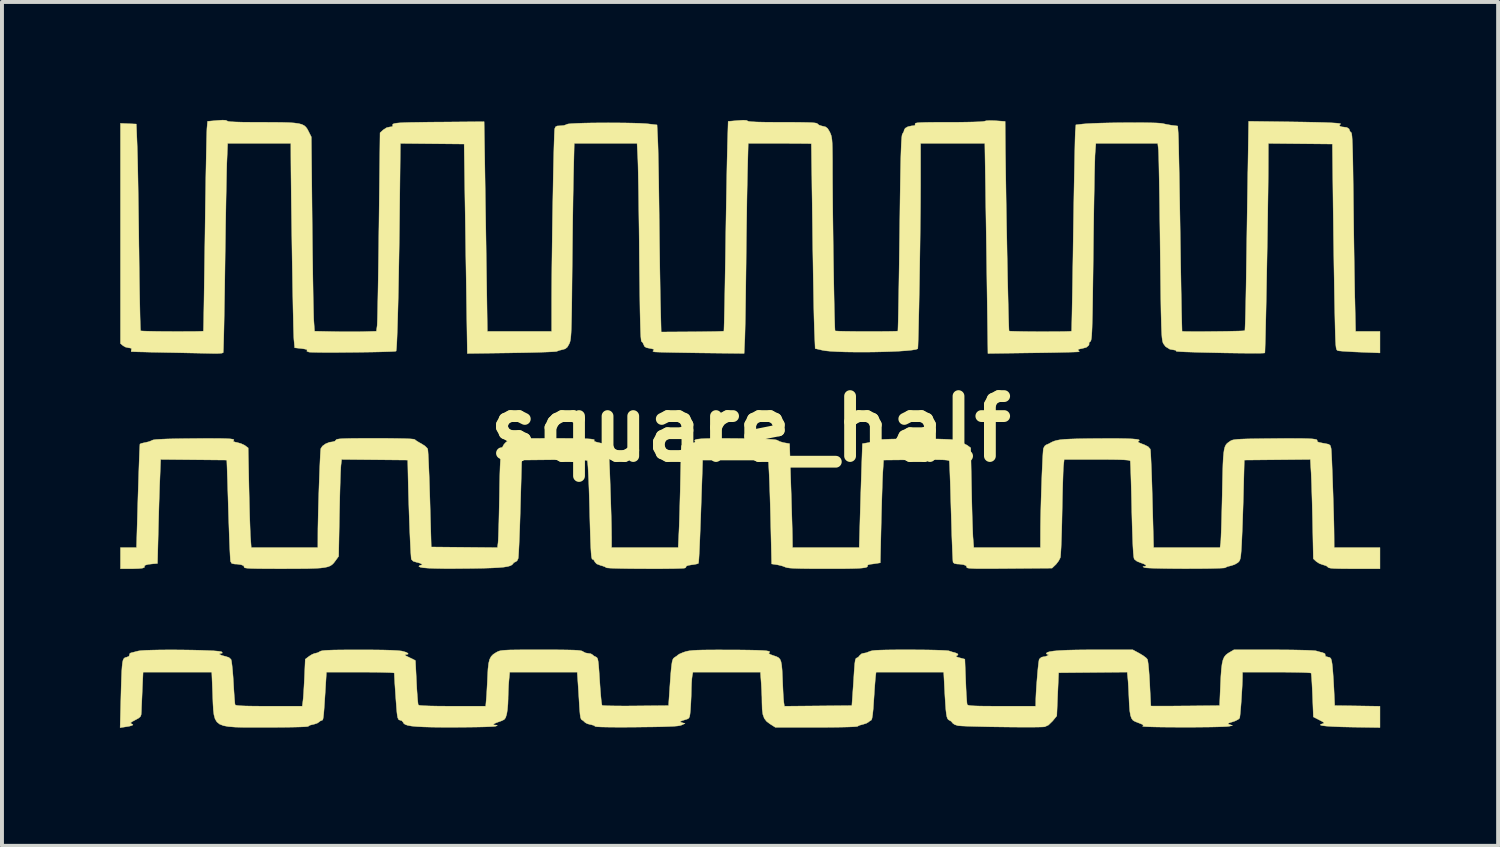
<source format=kicad_pcb>
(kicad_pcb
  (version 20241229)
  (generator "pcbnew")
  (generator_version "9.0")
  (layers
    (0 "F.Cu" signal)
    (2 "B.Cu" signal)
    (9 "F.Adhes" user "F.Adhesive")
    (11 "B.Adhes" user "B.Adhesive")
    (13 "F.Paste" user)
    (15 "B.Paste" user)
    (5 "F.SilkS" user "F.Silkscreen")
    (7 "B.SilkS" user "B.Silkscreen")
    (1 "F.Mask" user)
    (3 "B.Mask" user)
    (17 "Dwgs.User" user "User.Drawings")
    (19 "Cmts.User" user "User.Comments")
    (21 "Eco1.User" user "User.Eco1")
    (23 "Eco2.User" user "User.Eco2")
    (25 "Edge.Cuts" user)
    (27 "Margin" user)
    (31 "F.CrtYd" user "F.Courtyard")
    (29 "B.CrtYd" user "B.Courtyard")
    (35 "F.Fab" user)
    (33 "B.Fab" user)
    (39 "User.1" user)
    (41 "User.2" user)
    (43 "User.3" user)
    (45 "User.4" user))
  (footprint "square_half"
    (layer "F.Cu")
    (at 16.031 7.859)
    (property "Reference" "square_half" (at 0 0 0) (layer "F.SilkS") (effects (font (size 1.524 1.524) (thickness 0.3))))
    (attr through_hole)
    (fp_poly (pts (xy 9.901 5.71) (xy 9.995 5.767) (xy 10.069 5.823) (xy 10.102 5.86) (xy 10.113 5.908) (xy 10.126 6.004) (xy 10.139 6.14) (xy 10.151 6.303) (xy 10.161 6.478) (xy 10.169 6.654) (xy 10.177 6.808) (xy 10.183 6.931) (xy 10.187 7.013) (xy 10.189 7.046) (xy 10.189 7.046) (xy 10.218 7.048) (xy 10.299 7.049) (xy 10.425 7.049) (xy 10.589 7.049) (xy 10.783 7.048) (xy 10.999 7.046) (xy 11.064 7.046) (xy 11.938 7.037) (xy 11.96 6.514) (xy 11.971 6.285) (xy 11.984 6.108) (xy 12.001 5.974) (xy 12.024 5.875) (xy 12.055 5.803) (xy 12.097 5.75) (xy 12.151 5.707) (xy 12.178 5.691) (xy 12.302 5.618) (xy 13.303 5.618) (xy 13.546 5.619) (xy 13.773 5.621) (xy 13.975 5.625) (xy 14.147 5.629) (xy 14.279 5.635) (xy 14.364 5.641) (xy 14.391 5.645) (xy 14.486 5.672) (xy 14.559 5.69) (xy 14.619 5.717) (xy 14.624 5.75) (xy 14.633 5.785) (xy 14.692 5.802) (xy 14.741 5.813) (xy 14.77 5.842) (xy 14.788 5.903) (xy 14.8 5.976) (xy 14.81 6.067) (xy 14.821 6.2) (xy 14.832 6.362) (xy 14.842 6.535) (xy 14.845 6.589) (xy 14.866 7.037) (xy 15.442 7.045) (xy 16.017 7.054) (xy 16.017 7.595) (xy 15.307 7.584) (xy 15.029 7.578) (xy 14.809 7.569) (xy 14.647 7.558) (xy 14.543 7.545) (xy 14.499 7.53) (xy 14.513 7.512) (xy 14.553 7.5) (xy 14.59 7.487) (xy 14.592 7.471) (xy 14.553 7.444) (xy 14.475 7.403) (xy 14.323 7.325) (xy 14.302 6.78) (xy 14.294 6.605) (xy 14.286 6.45) (xy 14.278 6.326) (xy 14.271 6.243) (xy 14.266 6.21) (xy 14.233 6.204) (xy 14.148 6.198) (xy 14.019 6.193) (xy 13.853 6.19) (xy 13.657 6.187) (xy 13.44 6.186) (xy 13.386 6.186) (xy 12.521 6.186) (xy 12.52 6.313) (xy 12.517 6.418) (xy 12.511 6.555) (xy 12.502 6.711) (xy 12.492 6.873) (xy 12.481 7.029) (xy 12.469 7.168) (xy 12.459 7.276) (xy 12.45 7.343) (xy 12.447 7.355) (xy 12.409 7.39) (xy 12.333 7.428) (xy 12.272 7.449) (xy 12.186 7.475) (xy 12.151 7.493) (xy 12.16 7.507) (xy 12.192 7.519) (xy 12.267 7.543) (xy 12.177 7.563) (xy 12.122 7.569) (xy 12.02 7.574) (xy 11.88 7.578) (xy 11.708 7.582) (xy 11.513 7.584) (xy 11.303 7.586) (xy 11.084 7.586) (xy 10.866 7.586) (xy 10.655 7.585) (xy 10.459 7.583) (xy 10.287 7.58) (xy 10.146 7.576) (xy 10.043 7.571) (xy 9.987 7.566) (xy 9.98 7.561) (xy 10 7.538) (xy 9.972 7.515) (xy 9.942 7.502) (xy 9.852 7.467) (xy 9.786 7.441) (xy 9.735 7.411) (xy 9.698 7.361) (xy 9.671 7.282) (xy 9.652 7.165) (xy 9.64 7.003) (xy 9.634 6.873) (xy 9.627 6.712) (xy 9.619 6.556) (xy 9.611 6.425) (xy 9.604 6.342) (xy 9.588 6.185) (xy 8.716 6.193) (xy 7.844 6.201) (xy 7.82 6.75) (xy 7.797 7.299) (xy 7.691 7.429) (xy 7.585 7.532) (xy 7.49 7.576) (xy 7.432 7.58) (xy 7.324 7.583) (xy 7.173 7.585) (xy 6.989 7.585) (xy 6.781 7.584) (xy 6.557 7.582) (xy 6.327 7.579) (xy 6.099 7.576) (xy 5.881 7.571) (xy 5.684 7.566) (xy 5.516 7.561) (xy 5.385 7.555) (xy 5.301 7.549) (xy 5.279 7.546) (xy 5.202 7.521) (xy 5.153 7.488) (xy 5.148 7.48) (xy 5.109 7.435) (xy 5.066 7.411) (xy 5.04 7.396) (xy 5.019 7.369) (xy 5.002 7.322) (xy 4.988 7.249) (xy 4.976 7.144) (xy 4.965 6.998) (xy 4.953 6.806) (xy 4.941 6.582) (xy 4.921 6.186) (xy 3.201 6.186) (xy 3.186 6.313) (xy 3.179 6.387) (xy 3.17 6.506) (xy 3.159 6.658) (xy 3.148 6.828) (xy 3.142 6.917) (xy 3.129 7.111) (xy 3.114 7.26) (xy 3.098 7.359) (xy 3.083 7.403) (xy 3.08 7.405) (xy 3.032 7.435) (xy 3.007 7.456) (xy 2.952 7.488) (xy 2.869 7.514) (xy 2.858 7.517) (xy 2.782 7.537) (xy 2.736 7.56) (xy 2.732 7.564) (xy 2.699 7.57) (xy 2.614 7.576) (xy 2.482 7.581) (xy 2.312 7.585) (xy 2.109 7.588) (xy 1.882 7.59) (xy 1.677 7.59) (xy 0.639 7.59) (xy 0.501 7.502) (xy 0.416 7.438) (xy 0.358 7.362) (xy 0.322 7.263) (xy 0.304 7.13) (xy 0.299 6.96) (xy 0.297 6.818) (xy 0.29 6.649) (xy 0.281 6.486) (xy 0.279 6.459) (xy 0.26 6.186) (xy -1.457 6.186) (xy -1.475 6.279) (xy -1.484 6.351) (xy -1.492 6.463) (xy -1.497 6.595) (xy -1.498 6.645) (xy -1.502 6.803) (xy -1.51 6.971) (xy -1.519 7.118) (xy -1.52 7.14) (xy -1.531 7.253) (xy -1.544 7.322) (xy -1.565 7.359) (xy -1.601 7.379) (xy -1.629 7.388) (xy -1.727 7.419) (xy -1.774 7.439) (xy -1.778 7.454) (xy -1.743 7.467) (xy -1.733 7.471) (xy -1.658 7.492) (xy -1.748 7.533) (xy -1.787 7.545) (xy -1.852 7.555) (xy -1.948 7.563) (xy -2.081 7.569) (xy -2.255 7.575) (xy -2.476 7.579) (xy -2.749 7.582) (xy -2.891 7.584) (xy -3.17 7.586) (xy -3.413 7.586) (xy -3.616 7.584) (xy -3.774 7.581) (xy -3.882 7.576) (xy -3.938 7.569) (xy -3.944 7.566) (xy -3.971 7.544) (xy -4.037 7.524) (xy -4.063 7.519) (xy -4.144 7.498) (xy -4.198 7.468) (xy -4.205 7.461) (xy -4.253 7.416) (xy -4.277 7.404) (xy -4.299 7.384) (xy -4.316 7.339) (xy -4.328 7.259) (xy -4.339 7.133) (xy -4.345 7.047) (xy -4.355 6.875) (xy -4.366 6.692) (xy -4.377 6.524) (xy -4.382 6.447) (xy -4.4 6.186) (xy -6.117 6.186) (xy -6.136 6.387) (xy -6.146 6.517) (xy -6.153 6.675) (xy -6.158 6.832) (xy -6.158 6.858) (xy -6.163 6.998) (xy -6.175 7.134) (xy -6.191 7.24) (xy -6.196 7.261) (xy -6.222 7.345) (xy -6.259 7.393) (xy -6.325 7.425) (xy -6.37 7.441) (xy -6.476 7.479) (xy -6.528 7.508) (xy -6.526 7.526) (xy -6.482 7.532) (xy -6.433 7.536) (xy -6.441 7.547) (xy -6.47 7.56) (xy -6.513 7.567) (xy -6.609 7.572) (xy -6.749 7.578) (xy -6.926 7.582) (xy -7.133 7.585) (xy -7.361 7.587) (xy -7.499 7.588) (xy -7.823 7.588) (xy -8.091 7.585) (xy -8.31 7.579) (xy -8.483 7.57) (xy -8.615 7.557) (xy -8.71 7.54) (xy -8.774 7.518) (xy -8.812 7.491) (xy -8.825 7.465) (xy -8.863 7.42) (xy -8.898 7.411) (xy -8.939 7.397) (xy -8.965 7.347) (xy -8.977 7.284) (xy -8.985 7.219) (xy -8.995 7.108) (xy -9.006 6.962) (xy -9.018 6.796) (xy -9.03 6.621) (xy -9.041 6.451) (xy -9.049 6.298) (xy -9.053 6.208) (xy -9.082 6.202) (xy -9.163 6.197) (xy -9.29 6.193) (xy -9.453 6.189) (xy -9.646 6.187) (xy -9.862 6.186) (xy -9.917 6.186) (xy -10.779 6.186) (xy -10.798 6.507) (xy -10.814 6.763) (xy -10.827 6.966) (xy -10.838 7.121) (xy -10.847 7.236) (xy -10.856 7.316) (xy -10.864 7.367) (xy -10.872 7.396) (xy -10.882 7.408) (xy -10.893 7.411) (xy -10.942 7.432) (xy -10.965 7.453) (xy -11.016 7.486) (xy -11.098 7.512) (xy -11.118 7.516) (xy -11.192 7.534) (xy -11.233 7.556) (xy -11.236 7.563) (xy -11.265 7.57) (xy -11.348 7.576) (xy -11.481 7.581) (xy -11.657 7.585) (xy -11.872 7.588) (xy -12.119 7.59) (xy -12.304 7.59) (xy -12.621 7.59) (xy -12.884 7.59) (xy -13.098 7.584) (xy -13.267 7.571) (xy -13.398 7.547) (xy -13.495 7.509) (xy -13.565 7.452) (xy -13.611 7.375) (xy -13.639 7.273) (xy -13.655 7.144) (xy -13.664 6.984) (xy -13.671 6.79) (xy -13.673 6.73) (xy -13.695 6.186) (xy -15.442 6.186) (xy -15.462 6.626) (xy -15.469 6.795) (xy -15.476 6.953) (xy -15.482 7.085) (xy -15.485 7.178) (xy -15.486 7.197) (xy -15.492 7.272) (xy -15.512 7.32) (xy -15.561 7.359) (xy -15.642 7.403) (xy -15.724 7.447) (xy -15.758 7.475) (xy -15.75 7.493) (xy -15.735 7.5) (xy -15.699 7.521) (xy -15.719 7.541) (xy -15.795 7.562) (xy -15.879 7.576) (xy -16.026 7.598) (xy -16.006 6.825) (xy -15.999 6.555) (xy -15.992 6.339) (xy -15.985 6.17) (xy -15.976 6.042) (xy -15.966 5.95) (xy -15.953 5.887) (xy -15.936 5.848) (xy -15.914 5.825) (xy -15.887 5.812) (xy -15.862 5.807) (xy -15.8 5.782) (xy -15.79 5.75) (xy -15.779 5.711) (xy -15.754 5.697) (xy -15.695 5.682) (xy -15.606 5.659) (xy -15.568 5.649) (xy -15.499 5.639) (xy -15.384 5.631) (xy -15.23 5.626) (xy -15.047 5.622) (xy -14.842 5.62) (xy -14.624 5.62) (xy -14.403 5.622) (xy -14.185 5.625) (xy -13.98 5.63) (xy -13.797 5.637) (xy -13.643 5.644) (xy -13.527 5.654) (xy -13.458 5.664) (xy -13.443 5.67) (xy -13.423 5.7) (xy -13.458 5.708) (xy -13.498 5.716) (xy -13.492 5.735) (xy -13.447 5.758) (xy -13.374 5.779) (xy -13.357 5.782) (xy -13.258 5.814) (xy -13.205 5.862) (xy -13.193 5.911) (xy -13.18 6.008) (xy -13.166 6.143) (xy -13.153 6.305) (xy -13.144 6.45) (xy -13.134 6.623) (xy -13.124 6.777) (xy -13.114 6.901) (xy -13.107 6.984) (xy -13.102 7.015) (xy -13.085 7.026) (xy -13.037 7.035) (xy -12.954 7.042) (xy -12.831 7.047) (xy -12.662 7.05) (xy -12.443 7.052) (xy -12.242 7.052) (xy -11.393 7.052) (xy -11.375 6.91) (xy -11.367 6.829) (xy -11.358 6.704) (xy -11.349 6.548) (xy -11.34 6.378) (xy -11.337 6.313) (xy -11.317 5.857) (xy -11.218 5.782) (xy -11.143 5.735) (xy -11.077 5.709) (xy -11.064 5.708) (xy -10.996 5.69) (xy -10.95 5.664) (xy -10.925 5.651) (xy -10.881 5.641) (xy -10.813 5.633) (xy -10.715 5.628) (xy -10.581 5.623) (xy -10.404 5.621) (xy -10.179 5.619) (xy -9.946 5.619) (xy -9.62 5.62) (xy -9.348 5.623) (xy -9.131 5.629) (xy -8.97 5.638) (xy -8.866 5.649) (xy -8.847 5.653) (xy -8.754 5.68) (xy -8.704 5.707) (xy -8.702 5.728) (xy -8.752 5.739) (xy -8.763 5.739) (xy -8.785 5.748) (xy -8.753 5.773) (xy -8.673 5.812) (xy -8.589 5.852) (xy -8.531 5.882) (xy -8.515 5.893) (xy -8.514 5.924) (xy -8.51 6.005) (xy -8.504 6.127) (xy -8.496 6.28) (xy -8.488 6.446) (xy -8.479 6.622) (xy -8.468 6.777) (xy -8.458 6.902) (xy -8.449 6.987) (xy -8.442 7.021) (xy -8.406 7.032) (xy -8.311 7.04) (xy -8.159 7.046) (xy -7.952 7.05) (xy -7.691 7.052) (xy -7.576 7.052) (xy -6.728 7.052) (xy -6.712 6.865) (xy -6.704 6.76) (xy -6.696 6.615) (xy -6.687 6.45) (xy -6.68 6.297) (xy -6.67 6.107) (xy -6.654 5.966) (xy -6.629 5.864) (xy -6.591 5.79) (xy -6.537 5.734) (xy -6.461 5.685) (xy -6.461 5.685) (xy -6.427 5.667) (xy -6.393 5.652) (xy -6.351 5.641) (xy -6.296 5.633) (xy -6.219 5.627) (xy -6.116 5.622) (xy -5.979 5.62) (xy -5.801 5.618) (xy -5.576 5.618) (xy -5.32 5.618) (xy -5.04 5.618) (xy -4.814 5.619) (xy -4.636 5.622) (xy -4.5 5.625) (xy -4.401 5.63) (xy -4.331 5.637) (xy -4.287 5.646) (xy -4.261 5.657) (xy -4.254 5.663) (xy -4.192 5.696) (xy -4.123 5.708) (xy -4.055 5.718) (xy -4.018 5.739) (xy -3.976 5.774) (xy -3.932 5.796) (xy -3.909 5.808) (xy -3.891 5.827) (xy -3.877 5.862) (xy -3.866 5.922) (xy -3.856 6.013) (xy -3.846 6.145) (xy -3.834 6.326) (xy -3.828 6.415) (xy -3.816 6.597) (xy -3.803 6.759) (xy -3.791 6.891) (xy -3.779 6.984) (xy -3.77 7.028) (xy -3.769 7.03) (xy -3.734 7.036) (xy -3.648 7.041) (xy -3.517 7.044) (xy -3.35 7.046) (xy -3.155 7.047) (xy -2.939 7.045) (xy -2.912 7.045) (xy -2.077 7.037) (xy -2.054 6.694) (xy -2.037 6.446) (xy -2.023 6.251) (xy -2.01 6.103) (xy -1.997 5.994) (xy -1.985 5.918) (xy -1.97 5.868) (xy -1.954 5.837) (xy -1.934 5.819) (xy -1.928 5.815) (xy -1.866 5.774) (xy -1.838 5.749) (xy -1.794 5.722) (xy -1.713 5.688) (xy -1.653 5.667) (xy -1.6 5.653) (xy -1.536 5.642) (xy -1.454 5.633) (xy -1.347 5.627) (xy -1.208 5.623) (xy -1.03 5.621) (xy -0.805 5.62) (xy -0.562 5.621) (xy -0.265 5.622) (xy -0.023 5.625) (xy 0.167 5.629) (xy 0.31 5.635) (xy 0.409 5.643) (xy 0.47 5.654) (xy 0.497 5.667) (xy 0.492 5.682) (xy 0.48 5.691) (xy 0.472 5.712) (xy 0.515 5.738) (xy 0.599 5.768) (xy 0.668 5.791) (xy 0.72 5.818) (xy 0.757 5.857) (xy 0.782 5.916) (xy 0.799 6.005) (xy 0.811 6.131) (xy 0.819 6.304) (xy 0.824 6.425) (xy 0.831 6.588) (xy 0.838 6.738) (xy 0.846 6.86) (xy 0.853 6.941) (xy 0.855 6.956) (xy 0.869 7.053) (xy 1.727 7.045) (xy 2.585 7.037) (xy 2.607 6.724) (xy 2.619 6.548) (xy 2.632 6.354) (xy 2.643 6.173) (xy 2.647 6.118) (xy 2.658 5.975) (xy 2.671 5.884) (xy 2.688 5.838) (xy 2.706 5.827) (xy 2.751 5.803) (xy 2.779 5.767) (xy 2.832 5.719) (xy 2.877 5.707) (xy 2.951 5.693) (xy 3.029 5.663) (xy 3.063 5.65) (xy 3.114 5.639) (xy 3.189 5.631) (xy 3.293 5.626) (xy 3.434 5.622) (xy 3.618 5.619) (xy 3.85 5.618) (xy 4.051 5.618) (xy 4.285 5.619) (xy 4.502 5.621) (xy 4.694 5.625) (xy 4.853 5.63) (xy 4.972 5.636) (xy 5.042 5.643) (xy 5.056 5.646) (xy 5.14 5.674) (xy 5.207 5.691) (xy 5.271 5.716) (xy 5.287 5.746) (xy 5.249 5.771) (xy 5.237 5.774) (xy 5.232 5.786) (xy 5.275 5.806) (xy 5.322 5.82) (xy 5.459 5.856) (xy 5.481 6.411) (xy 5.488 6.59) (xy 5.496 6.749) (xy 5.505 6.879) (xy 5.512 6.969) (xy 5.518 7.01) (xy 5.531 7.022) (xy 5.564 7.032) (xy 5.623 7.04) (xy 5.714 7.045) (xy 5.843 7.049) (xy 6.015 7.051) (xy 6.238 7.052) (xy 6.398 7.052) (xy 7.261 7.052) (xy 7.262 6.97) (xy 7.264 6.854) (xy 7.271 6.708) (xy 7.281 6.545) (xy 7.294 6.377) (xy 7.307 6.213) (xy 7.321 6.068) (xy 7.334 5.952) (xy 7.346 5.876) (xy 7.352 5.855) (xy 7.405 5.808) (xy 7.449 5.797) (xy 7.502 5.789) (xy 7.552 5.771) (xy 7.584 5.752) (xy 7.582 5.739) (xy 7.568 5.738) (xy 7.533 5.722) (xy 7.53 5.713) (xy 7.549 5.687) (xy 7.609 5.667) (xy 7.711 5.65) (xy 7.859 5.637) (xy 8.057 5.627) (xy 8.306 5.621) (xy 8.611 5.618) (xy 8.782 5.618) (xy 9.731 5.618) (xy 9.901 5.71)) (stroke (width 0.01) (type solid)) (fill yes) (layer "F.SilkS"))
    (fp_poly (pts (xy -9.234 0.24) (xy -8.985 0.243) (xy -8.788 0.247) (xy -8.645 0.253) (xy -8.559 0.261) (xy -8.531 0.27) (xy -8.495 0.299) (xy -8.424 0.343) (xy -8.369 0.373) (xy -8.275 0.432) (xy -8.214 0.492) (xy -8.203 0.514) (xy -8.197 0.558) (xy -8.19 0.655) (xy -8.183 0.799) (xy -8.175 0.981) (xy -8.166 1.197) (xy -8.158 1.438) (xy -8.15 1.699) (xy -8.147 1.793) (xy -8.113 3.003) (xy -6.429 3.019) (xy -6.413 2.892) (xy -6.409 2.832) (xy -6.404 2.721) (xy -6.399 2.566) (xy -6.393 2.374) (xy -6.388 2.154) (xy -6.383 1.913) (xy -6.379 1.703) (xy -6.374 1.399) (xy -6.368 1.148) (xy -6.361 0.945) (xy -6.352 0.783) (xy -6.341 0.658) (xy -6.327 0.562) (xy -6.31 0.491) (xy -6.289 0.437) (xy -6.264 0.395) (xy -6.249 0.377) (xy -6.215 0.341) (xy -6.176 0.311) (xy -6.126 0.288) (xy -6.059 0.271) (xy -5.968 0.258) (xy -5.848 0.249) (xy -5.691 0.244) (xy -5.491 0.241) (xy -5.242 0.24) (xy -5.044 0.239) (xy -4.744 0.24) (xy -4.499 0.242) (xy -4.306 0.245) (xy -4.16 0.25) (xy -4.057 0.257) (xy -3.993 0.266) (xy -3.964 0.277) (xy -3.964 0.291) (xy -3.975 0.299) (xy -3.966 0.315) (xy -3.911 0.335) (xy -3.82 0.357) (xy -3.815 0.358) (xy -3.621 0.394) (xy -3.602 0.533) (xy -3.597 0.599) (xy -3.59 0.716) (xy -3.583 0.875) (xy -3.574 1.068) (xy -3.566 1.284) (xy -3.558 1.515) (xy -3.55 1.753) (xy -3.543 1.989) (xy -3.536 2.213) (xy -3.531 2.417) (xy -3.528 2.592) (xy -3.527 2.729) (xy -3.526 2.742) (xy -3.526 3.018) (xy -1.832 3.018) (xy -1.813 2.622) (xy -1.807 2.485) (xy -1.801 2.301) (xy -1.794 2.082) (xy -1.788 1.841) (xy -1.781 1.59) (xy -1.776 1.345) (xy -1.771 1.12) (xy -1.766 0.914) (xy -1.761 0.734) (xy -1.756 0.589) (xy -1.752 0.486) (xy -1.748 0.432) (xy -1.747 0.427) (xy -1.714 0.406) (xy -1.639 0.385) (xy -1.555 0.371) (xy -1.455 0.357) (xy -1.407 0.342) (xy -1.4 0.322) (xy -1.406 0.312) (xy -1.413 0.292) (xy -1.395 0.275) (xy -1.347 0.262) (xy -1.265 0.253) (xy -1.144 0.246) (xy -0.98 0.242) (xy -0.768 0.241) (xy -0.505 0.242) (xy -0.266 0.244) (xy 0.012 0.248) (xy 0.235 0.252) (xy 0.408 0.258) (xy 0.535 0.265) (xy 0.623 0.273) (xy 0.676 0.283) (xy 0.695 0.292) (xy 0.752 0.321) (xy 0.84 0.347) (xy 0.871 0.353) (xy 1.001 0.375) (xy 1.035 1.45) (xy 1.044 1.71) (xy 1.051 1.962) (xy 1.058 2.196) (xy 1.064 2.404) (xy 1.069 2.577) (xy 1.072 2.706) (xy 1.073 2.772) (xy 1.076 3.018) (xy 2.772 3.018) (xy 2.793 2.279) (xy 2.8 2.029) (xy 2.808 1.758) (xy 2.817 1.484) (xy 2.825 1.226) (xy 2.832 1.005) (xy 2.834 0.957) (xy 2.854 0.375) (xy 3.003 0.35) (xy 3.093 0.329) (xy 3.157 0.303) (xy 3.173 0.29) (xy 3.208 0.28) (xy 3.292 0.271) (xy 3.419 0.265) (xy 3.579 0.259) (xy 3.765 0.255) (xy 3.967 0.253) (xy 4.179 0.251) (xy 4.391 0.252) (xy 4.595 0.254) (xy 4.783 0.257) (xy 4.946 0.262) (xy 5.077 0.268) (xy 5.166 0.276) (xy 5.207 0.285) (xy 5.208 0.288) (xy 5.23 0.313) (xy 5.294 0.335) (xy 5.322 0.341) (xy 5.424 0.369) (xy 5.516 0.414) (xy 5.526 0.421) (xy 5.608 0.482) (xy 5.629 1.519) (xy 5.634 1.774) (xy 5.64 2.02) (xy 5.646 2.248) (xy 5.653 2.449) (xy 5.659 2.614) (xy 5.664 2.735) (xy 5.668 2.787) (xy 5.686 3.018) (xy 7.381 3.018) (xy 7.382 2.622) (xy 7.383 2.463) (xy 7.386 2.273) (xy 7.391 2.059) (xy 7.397 1.831) (xy 7.404 1.597) (xy 7.412 1.366) (xy 7.42 1.144) (xy 7.429 0.943) (xy 7.437 0.768) (xy 7.445 0.63) (xy 7.452 0.536) (xy 7.457 0.497) (xy 7.49 0.435) (xy 7.525 0.407) (xy 7.597 0.376) (xy 7.62 0.363) (xy 7.676 0.333) (xy 7.734 0.309) (xy 7.802 0.29) (xy 7.887 0.275) (xy 7.998 0.264) (xy 8.141 0.257) (xy 8.323 0.251) (xy 8.553 0.247) (xy 8.741 0.245) (xy 9.072 0.243) (xy 9.345 0.243) (xy 9.561 0.247) (xy 9.723 0.254) (xy 9.832 0.264) (xy 9.889 0.277) (xy 9.897 0.294) (xy 9.889 0.3) (xy 9.864 0.319) (xy 9.867 0.336) (xy 9.906 0.357) (xy 9.991 0.391) (xy 10.015 0.399) (xy 10.121 0.452) (xy 10.174 0.512) (xy 10.175 0.517) (xy 10.181 0.56) (xy 10.187 0.657) (xy 10.194 0.8) (xy 10.202 0.982) (xy 10.21 1.197) (xy 10.218 1.439) (xy 10.225 1.699) (xy 10.228 1.8) (xy 10.26 3.018) (xy 11.949 3.018) (xy 11.966 2.891) (xy 11.97 2.833) (xy 11.975 2.722) (xy 11.981 2.567) (xy 11.987 2.374) (xy 11.993 2.152) (xy 11.999 1.908) (xy 12.005 1.65) (xy 12.005 1.642) (xy 12.011 1.341) (xy 12.017 1.094) (xy 12.023 0.895) (xy 12.031 0.737) (xy 12.042 0.616) (xy 12.055 0.525) (xy 12.073 0.458) (xy 12.096 0.409) (xy 12.125 0.372) (xy 12.162 0.342) (xy 12.206 0.312) (xy 12.213 0.307) (xy 12.241 0.292) (xy 12.278 0.28) (xy 12.331 0.271) (xy 12.407 0.263) (xy 12.512 0.258) (xy 12.653 0.253) (xy 12.835 0.25) (xy 13.067 0.247) (xy 13.266 0.245) (xy 13.573 0.242) (xy 13.824 0.242) (xy 14.024 0.243) (xy 14.179 0.247) (xy 14.291 0.253) (xy 14.366 0.262) (xy 14.408 0.274) (xy 14.421 0.289) (xy 14.419 0.298) (xy 14.42 0.32) (xy 14.461 0.34) (xy 14.548 0.359) (xy 14.633 0.374) (xy 14.713 0.391) (xy 14.752 0.42) (xy 14.771 0.48) (xy 14.775 0.503) (xy 14.78 0.557) (xy 14.786 0.663) (xy 14.793 0.811) (xy 14.8 0.995) (xy 14.808 1.204) (xy 14.816 1.431) (xy 14.824 1.667) (xy 14.831 1.904) (xy 14.838 2.133) (xy 14.844 2.346) (xy 14.848 2.535) (xy 14.85 2.691) (xy 14.851 2.787) (xy 14.852 3.018) (xy 16.017 3.018) (xy 16.017 3.556) (xy 15.363 3.556) (xy 15.14 3.555) (xy 14.971 3.553) (xy 14.849 3.549) (xy 14.766 3.542) (xy 14.717 3.532) (xy 14.695 3.519) (xy 14.693 3.516) (xy 14.655 3.484) (xy 14.584 3.46) (xy 14.575 3.458) (xy 14.479 3.425) (xy 14.397 3.372) (xy 14.322 3.302) (xy 14.303 2.346) (xy 14.297 2.095) (xy 14.291 1.849) (xy 14.284 1.617) (xy 14.278 1.41) (xy 14.271 1.238) (xy 14.266 1.113) (xy 14.264 1.083) (xy 14.246 0.776) (xy 12.566 0.792) (xy 12.544 1.658) (xy 12.537 1.906) (xy 12.529 2.157) (xy 12.521 2.4) (xy 12.512 2.62) (xy 12.504 2.805) (xy 12.498 2.933) (xy 12.488 3.098) (xy 12.478 3.214) (xy 12.466 3.291) (xy 12.451 3.341) (xy 12.429 3.375) (xy 12.4 3.402) (xy 12.319 3.449) (xy 12.222 3.481) (xy 12.215 3.482) (xy 12.138 3.501) (xy 12.09 3.524) (xy 12.086 3.529) (xy 12.053 3.536) (xy 11.968 3.541) (xy 11.841 3.546) (xy 11.679 3.55) (xy 11.492 3.552) (xy 11.286 3.553) (xy 11.072 3.554) (xy 10.857 3.553) (xy 10.65 3.551) (xy 10.458 3.548) (xy 10.292 3.544) (xy 10.158 3.539) (xy 10.067 3.533) (xy 10.026 3.526) (xy 9.987 3.506) (xy 10.003 3.499) (xy 10.018 3.498) (xy 10.066 3.487) (xy 10.063 3.464) (xy 10.013 3.434) (xy 9.935 3.406) (xy 9.837 3.367) (xy 9.773 3.317) (xy 9.765 3.305) (xy 9.754 3.255) (xy 9.743 3.145) (xy 9.733 2.976) (xy 9.724 2.747) (xy 9.714 2.459) (xy 9.705 2.112) (xy 9.704 2.047) (xy 9.698 1.784) (xy 9.692 1.54) (xy 9.686 1.32) (xy 9.68 1.132) (xy 9.675 0.981) (xy 9.67 0.875) (xy 9.667 0.82) (xy 9.666 0.814) (xy 9.648 0.803) (xy 9.601 0.794) (xy 9.517 0.787) (xy 9.394 0.782) (xy 9.224 0.779) (xy 9.003 0.777) (xy 8.82 0.777) (xy 7.985 0.777) (xy 7.968 0.934) (xy 7.963 1.001) (xy 7.958 1.119) (xy 7.953 1.281) (xy 7.947 1.478) (xy 7.941 1.702) (xy 7.936 1.945) (xy 7.932 2.137) (xy 7.927 2.385) (xy 7.921 2.617) (xy 7.914 2.826) (xy 7.907 3.005) (xy 7.899 3.144) (xy 7.892 3.238) (xy 7.886 3.275) (xy 7.845 3.356) (xy 7.781 3.44) (xy 7.767 3.454) (xy 7.676 3.541) (xy 6.583 3.55) (xy 6.296 3.552) (xy 6.063 3.553) (xy 5.879 3.553) (xy 5.739 3.552) (xy 5.637 3.548) (xy 5.568 3.543) (xy 5.527 3.536) (xy 5.509 3.527) (xy 5.507 3.516) (xy 5.494 3.481) (xy 5.431 3.454) (xy 5.327 3.439) (xy 5.259 3.436) (xy 5.193 3.423) (xy 5.16 3.394) (xy 5.155 3.356) (xy 5.15 3.264) (xy 5.143 3.126) (xy 5.136 2.947) (xy 5.128 2.735) (xy 5.121 2.495) (xy 5.113 2.234) (xy 5.109 2.101) (xy 5.101 1.833) (xy 5.094 1.582) (xy 5.087 1.356) (xy 5.08 1.161) (xy 5.074 1.003) (xy 5.069 0.889) (xy 5.065 0.825) (xy 5.063 0.814) (xy 5.047 0.802) (xy 5.003 0.794) (xy 4.926 0.787) (xy 4.81 0.784) (xy 4.65 0.782) (xy 4.44 0.782) (xy 4.222 0.784) (xy 3.392 0.792) (xy 3.373 1.091) (xy 3.368 1.195) (xy 3.361 1.348) (xy 3.355 1.542) (xy 3.348 1.766) (xy 3.341 2.01) (xy 3.334 2.264) (xy 3.331 2.398) (xy 3.308 3.405) (xy 3.216 3.42) (xy 3.122 3.434) (xy 3.048 3.443) (xy 2.996 3.458) (xy 2.983 3.478) (xy 2.984 3.498) (xy 2.965 3.515) (xy 2.922 3.528) (xy 2.848 3.538) (xy 2.74 3.546) (xy 2.591 3.551) (xy 2.397 3.554) (xy 2.152 3.555) (xy 1.942 3.555) (xy 1.659 3.555) (xy 1.431 3.553) (xy 1.25 3.55) (xy 1.113 3.545) (xy 1.013 3.539) (xy 0.945 3.53) (xy 0.902 3.519) (xy 0.893 3.515) (xy 0.814 3.485) (xy 0.712 3.46) (xy 0.68 3.454) (xy 0.545 3.434) (xy 0.523 2.481) (xy 0.517 2.227) (xy 0.51 1.974) (xy 0.503 1.732) (xy 0.496 1.513) (xy 0.489 1.328) (xy 0.483 1.189) (xy 0.482 1.16) (xy 0.463 0.792) (xy -1.21 0.792) (xy -1.232 1.449) (xy -1.247 1.871) (xy -1.259 2.235) (xy -1.271 2.546) (xy -1.281 2.804) (xy -1.29 3.014) (xy -1.298 3.177) (xy -1.305 3.296) (xy -1.311 3.375) (xy -1.317 3.415) (xy -1.32 3.421) (xy -1.357 3.434) (xy -1.433 3.449) (xy -1.489 3.456) (xy -1.572 3.47) (xy -1.622 3.487) (xy -1.628 3.497) (xy -1.639 3.525) (xy -1.661 3.538) (xy -1.705 3.544) (xy -1.798 3.548) (xy -1.932 3.552) (xy -2.099 3.554) (xy -2.289 3.556) (xy -2.494 3.556) (xy -2.706 3.555) (xy -2.916 3.554) (xy -3.116 3.552) (xy -3.297 3.549) (xy -3.45 3.545) (xy -3.566 3.54) (xy -3.639 3.534) (xy -3.658 3.53) (xy -3.695 3.507) (xy -3.768 3.481) (xy -3.806 3.471) (xy -3.905 3.433) (xy -3.951 3.383) (xy -3.953 3.377) (xy -3.983 3.328) (xy -4.011 3.317) (xy -4.022 3.309) (xy -4.031 3.281) (xy -4.04 3.229) (xy -4.047 3.148) (xy -4.054 3.032) (xy -4.061 2.877) (xy -4.068 2.678) (xy -4.075 2.429) (xy -4.083 2.127) (xy -4.084 2.075) (xy -4.092 1.792) (xy -4.1 1.534) (xy -4.109 1.306) (xy -4.118 1.114) (xy -4.126 0.963) (xy -4.134 0.86) (xy -4.142 0.809) (xy -4.144 0.805) (xy -4.182 0.796) (xy -4.275 0.79) (xy -4.417 0.785) (xy -4.604 0.783) (xy -4.829 0.783) (xy -4.992 0.784) (xy -5.812 0.792) (xy -5.846 2.002) (xy -5.854 2.268) (xy -5.862 2.518) (xy -5.871 2.745) (xy -5.879 2.942) (xy -5.887 3.102) (xy -5.894 3.219) (xy -5.9 3.285) (xy -5.902 3.295) (xy -5.93 3.354) (xy -5.963 3.377) (xy -6.011 3.4) (xy -6.03 3.424) (xy -6.056 3.454) (xy -6.1 3.479) (xy -6.169 3.499) (xy -6.267 3.515) (xy -6.4 3.527) (xy -6.575 3.536) (xy -6.796 3.543) (xy -7.07 3.548) (xy -7.172 3.549) (xy -7.509 3.552) (xy -7.789 3.552) (xy -8.015 3.548) (xy -8.189 3.541) (xy -8.314 3.531) (xy -8.391 3.517) (xy -8.425 3.5) (xy -8.427 3.494) (xy -8.402 3.47) (xy -8.38 3.466) (xy -8.343 3.458) (xy -8.353 3.439) (xy -8.398 3.415) (xy -8.469 3.395) (xy -8.484 3.392) (xy -8.572 3.365) (xy -8.616 3.319) (xy -8.62 3.307) (xy -8.625 3.262) (xy -8.632 3.164) (xy -8.64 3.021) (xy -8.649 2.841) (xy -8.658 2.632) (xy -8.667 2.4) (xy -8.676 2.154) (xy -8.684 1.902) (xy -8.692 1.649) (xy -8.698 1.405) (xy -8.703 1.18) (xy -8.711 0.792) (xy -10.392 0.776) (xy -10.41 0.933) (xy -10.414 1) (xy -10.42 1.118) (xy -10.426 1.28) (xy -10.432 1.477) (xy -10.438 1.702) (xy -10.443 1.947) (xy -10.448 2.165) (xy -10.468 3.24) (xy -10.555 3.36) (xy -10.592 3.409) (xy -10.632 3.449) (xy -10.679 3.481) (xy -10.741 3.506) (xy -10.823 3.524) (xy -10.931 3.538) (xy -11.072 3.546) (xy -11.251 3.552) (xy -11.475 3.554) (xy -11.75 3.555) (xy -11.889 3.556) (xy -12.164 3.555) (xy -12.384 3.554) (xy -12.556 3.552) (xy -12.684 3.549) (xy -12.774 3.544) (xy -12.832 3.537) (xy -12.862 3.529) (xy -12.871 3.518) (xy -12.87 3.514) (xy -12.884 3.48) (xy -12.947 3.454) (xy -13.049 3.439) (xy -13.119 3.436) (xy -13.187 3.421) (xy -13.218 3.369) (xy -13.222 3.325) (xy -13.228 3.227) (xy -13.235 3.085) (xy -13.243 2.904) (xy -13.251 2.693) (xy -13.259 2.458) (xy -13.267 2.226) (xy -13.275 1.97) (xy -13.282 1.725) (xy -13.289 1.501) (xy -13.295 1.304) (xy -13.301 1.144) (xy -13.304 1.028) (xy -13.306 0.971) (xy -13.313 0.792) (xy -14.154 0.784) (xy -14.995 0.776) (xy -15.014 1.262) (xy -15.021 1.429) (xy -15.028 1.641) (xy -15.036 1.884) (xy -15.043 2.142) (xy -15.05 2.401) (xy -15.055 2.585) (xy -15.076 3.422) (xy -15.18 3.43) (xy -15.308 3.444) (xy -15.386 3.465) (xy -15.408 3.489) (xy -15.406 3.494) (xy -15.408 3.521) (xy -15.455 3.54) (xy -15.553 3.551) (xy -15.704 3.556) (xy -15.75 3.556) (xy -16.017 3.556) (xy -16.017 3.018) (xy -15.609 3.018) (xy -15.571 1.711) (xy -15.562 1.437) (xy -15.554 1.182) (xy -15.546 0.951) (xy -15.539 0.752) (xy -15.533 0.59) (xy -15.527 0.471) (xy -15.523 0.401) (xy -15.521 0.385) (xy -15.488 0.369) (xy -15.416 0.352) (xy -15.384 0.346) (xy -15.295 0.325) (xy -15.226 0.298) (xy -15.215 0.29) (xy -15.181 0.279) (xy -15.109 0.269) (xy -14.993 0.262) (xy -14.831 0.255) (xy -14.618 0.25) (xy -14.35 0.246) (xy -14.214 0.245) (xy -13.913 0.242) (xy -13.668 0.242) (xy -13.475 0.243) (xy -13.328 0.247) (xy -13.225 0.253) (xy -13.161 0.262) (xy -13.132 0.274) (xy -13.134 0.289) (xy -13.146 0.298) (xy -13.15 0.318) (xy -13.094 0.337) (xy -13.056 0.344) (xy -12.954 0.372) (xy -12.864 0.413) (xy -12.848 0.424) (xy -12.769 0.483) (xy -12.749 1.489) (xy -12.743 1.742) (xy -12.737 1.988) (xy -12.731 2.218) (xy -12.724 2.421) (xy -12.718 2.589) (xy -12.713 2.712) (xy -12.71 2.757) (xy -12.691 3.018) (xy -10.997 3.018) (xy -10.996 2.682) (xy -10.995 2.532) (xy -10.991 2.348) (xy -10.987 2.14) (xy -10.981 1.915) (xy -10.974 1.681) (xy -10.966 1.448) (xy -10.958 1.222) (xy -10.95 1.013) (xy -10.942 0.828) (xy -10.935 0.677) (xy -10.928 0.566) (xy -10.922 0.505) (xy -10.921 0.499) (xy -10.879 0.436) (xy -10.798 0.378) (xy -10.7 0.339) (xy -10.625 0.329) (xy -10.564 0.312) (xy -10.538 0.284) (xy -10.526 0.271) (xy -10.498 0.262) (xy -10.448 0.254) (xy -10.37 0.248) (xy -10.258 0.244) (xy -10.107 0.241) (xy -9.91 0.24) (xy -9.661 0.239) (xy -9.535 0.239) (xy -9.234 0.24)) (stroke (width 0.01) (type solid)) (fill yes) (layer "F.SilkS"))
    (fp_poly (pts (xy -13.34 -7.85) (xy -13.305 -7.835) (xy -13.304 -7.833) (xy -13.279 -7.822) (xy -13.209 -7.813) (xy -13.091 -7.807) (xy -12.923 -7.802) (xy -12.701 -7.8) (xy -12.436 -7.799) (xy -12.152 -7.798) (xy -11.921 -7.796) (xy -11.737 -7.791) (xy -11.594 -7.781) (xy -11.485 -7.766) (xy -11.405 -7.745) (xy -11.346 -7.716) (xy -11.302 -7.678) (xy -11.267 -7.631) (xy -11.237 -7.574) (xy -11.163 -7.427) (xy -11.141 -5.23) (xy -11.137 -4.865) (xy -11.133 -4.511) (xy -11.128 -4.175) (xy -11.124 -3.86) (xy -11.119 -3.574) (xy -11.115 -3.321) (xy -11.11 -3.107) (xy -11.106 -2.937) (xy -11.103 -2.817) (xy -11.1 -2.759) (xy -11.081 -2.485) (xy -10.598 -2.475) (xy -10.404 -2.472) (xy -10.201 -2.471) (xy -10.011 -2.471) (xy -9.853 -2.474) (xy -9.811 -2.475) (xy -9.508 -2.484) (xy -9.489 -2.624) (xy -9.486 -2.676) (xy -9.482 -2.782) (xy -9.478 -2.938) (xy -9.474 -3.14) (xy -9.469 -3.382) (xy -9.464 -3.66) (xy -9.459 -3.969) (xy -9.454 -4.303) (xy -9.449 -4.658) (xy -9.445 -5.03) (xy -9.443 -5.148) (xy -9.415 -7.531) (xy -9.335 -7.605) (xy -9.245 -7.663) (xy -9.166 -7.68) (xy -9.104 -7.688) (xy -9.092 -7.716) (xy -9.094 -7.722) (xy -9.096 -7.74) (xy -9.085 -7.754) (xy -9.055 -7.766) (xy -9.002 -7.776) (xy -8.92 -7.784) (xy -8.805 -7.79) (xy -8.651 -7.795) (xy -8.453 -7.798) (xy -8.207 -7.802) (xy -7.908 -7.805) (xy -7.829 -7.805) (xy -6.768 -7.814) (xy -6.75 -6.709) (xy -6.746 -6.444) (xy -6.741 -6.132) (xy -6.736 -5.785) (xy -6.73 -5.414) (xy -6.724 -5.033) (xy -6.718 -4.653) (xy -6.713 -4.287) (xy -6.709 -4.042) (xy -6.686 -2.48) (xy -5.05 -2.48) (xy -5.05 -3.339) (xy -5.049 -3.568) (xy -5.047 -3.827) (xy -5.045 -4.112) (xy -5.041 -4.418) (xy -5.037 -4.737) (xy -5.033 -5.065) (xy -5.028 -5.397) (xy -5.022 -5.725) (xy -5.016 -6.046) (xy -5.011 -6.352) (xy -5.005 -6.639) (xy -4.999 -6.901) (xy -4.993 -7.132) (xy -4.987 -7.326) (xy -4.982 -7.479) (xy -4.977 -7.583) (xy -4.973 -7.634) (xy -4.972 -7.636) (xy -4.952 -7.683) (xy -4.91 -7.705) (xy -4.829 -7.71) (xy -4.741 -7.718) (xy -4.677 -7.739) (xy -4.666 -7.747) (xy -4.627 -7.757) (xy -4.537 -7.765) (xy -4.404 -7.772) (xy -4.237 -7.778) (xy -4.043 -7.782) (xy -3.832 -7.784) (xy -3.612 -7.785) (xy -3.391 -7.784) (xy -3.178 -7.782) (xy -2.981 -7.778) (xy -2.808 -7.773) (xy -2.669 -7.765) (xy -2.582 -7.757) (xy -2.37 -7.732) (xy -2.351 -7.337) (xy -2.347 -7.229) (xy -2.342 -7.068) (xy -2.338 -6.862) (xy -2.333 -6.62) (xy -2.328 -6.348) (xy -2.324 -6.055) (xy -2.32 -5.747) (xy -2.316 -5.433) (xy -2.316 -5.391) (xy -2.312 -5.064) (xy -2.308 -4.73) (xy -2.303 -4.401) (xy -2.299 -4.086) (xy -2.294 -3.793) (xy -2.29 -3.533) (xy -2.286 -3.314) (xy -2.282 -3.153) (xy -2.265 -2.465) (xy -1.474 -2.47) (xy -1.262 -2.472) (xy -1.071 -2.475) (xy -0.909 -2.477) (xy -0.783 -2.481) (xy -0.701 -2.484) (xy -0.671 -2.487) (xy -0.668 -2.518) (xy -0.665 -2.604) (xy -0.661 -2.74) (xy -0.657 -2.921) (xy -0.652 -3.142) (xy -0.647 -3.399) (xy -0.642 -3.686) (xy -0.637 -3.998) (xy -0.631 -4.331) (xy -0.628 -4.529) (xy -0.623 -4.893) (xy -0.617 -5.256) (xy -0.611 -5.61) (xy -0.605 -5.949) (xy -0.599 -6.265) (xy -0.594 -6.552) (xy -0.589 -6.801) (xy -0.584 -7.007) (xy -0.58 -7.162) (xy -0.58 -7.191) (xy -0.561 -7.822) (xy -0.319 -7.843) (xy -0.18 -7.852) (xy -0.096 -7.848) (xy -0.066 -7.832) (xy -0.037 -7.821) (xy 0.042 -7.813) (xy 0.173 -7.806) (xy 0.358 -7.802) (xy 0.6 -7.8) (xy 0.821 -7.799) (xy 1.081 -7.799) (xy 1.287 -7.797) (xy 1.445 -7.794) (xy 1.56 -7.79) (xy 1.639 -7.783) (xy 1.687 -7.775) (xy 1.709 -7.764) (xy 1.712 -7.759) (xy 1.75 -7.728) (xy 1.822 -7.704) (xy 1.844 -7.7) (xy 1.918 -7.681) (xy 1.968 -7.643) (xy 2.013 -7.57) (xy 2.026 -7.545) (xy 2.044 -7.505) (xy 2.059 -7.463) (xy 2.07 -7.414) (xy 2.079 -7.35) (xy 2.085 -7.264) (xy 2.089 -7.148) (xy 2.091 -6.996) (xy 2.093 -6.799) (xy 2.093 -6.552) (xy 2.093 -6.491) (xy 2.094 -6.263) (xy 2.096 -6.006) (xy 2.098 -5.725) (xy 2.101 -5.426) (xy 2.105 -5.116) (xy 2.109 -4.798) (xy 2.113 -4.48) (xy 2.118 -4.167) (xy 2.123 -3.864) (xy 2.128 -3.577) (xy 2.133 -3.312) (xy 2.138 -3.074) (xy 2.143 -2.87) (xy 2.148 -2.704) (xy 2.152 -2.582) (xy 2.156 -2.511) (xy 2.158 -2.494) (xy 2.191 -2.49) (xy 2.273 -2.486) (xy 2.397 -2.483) (xy 2.551 -2.481) (xy 2.726 -2.479) (xy 2.914 -2.478) (xy 3.103 -2.478) (xy 3.285 -2.479) (xy 3.45 -2.48) (xy 3.589 -2.482) (xy 3.691 -2.484) (xy 3.747 -2.488) (xy 3.755 -2.49) (xy 3.757 -2.521) (xy 3.76 -2.608) (xy 3.764 -2.745) (xy 3.768 -2.929) (xy 3.772 -3.155) (xy 3.777 -3.419) (xy 3.782 -3.716) (xy 3.787 -4.041) (xy 3.792 -4.391) (xy 3.797 -4.761) (xy 3.8 -4.98) (xy 3.806 -5.434) (xy 3.811 -5.831) (xy 3.816 -6.176) (xy 3.821 -6.472) (xy 3.826 -6.723) (xy 3.831 -6.931) (xy 3.837 -7.1) (xy 3.842 -7.235) (xy 3.848 -7.338) (xy 3.854 -7.413) (xy 3.86 -7.463) (xy 3.867 -7.493) (xy 3.873 -7.503) (xy 3.908 -7.565) (xy 3.915 -7.601) (xy 3.942 -7.648) (xy 4.011 -7.687) (xy 4.105 -7.708) (xy 4.14 -7.71) (xy 4.192 -7.72) (xy 4.194 -7.754) (xy 4.195 -7.767) (xy 4.213 -7.778) (xy 4.255 -7.786) (xy 4.325 -7.791) (xy 4.43 -7.795) (xy 4.576 -7.798) (xy 4.769 -7.799) (xy 5.015 -7.799) (xy 5.056 -7.799) (xy 5.292 -7.8) (xy 5.504 -7.803) (xy 5.683 -7.807) (xy 5.824 -7.812) (xy 5.919 -7.819) (xy 5.962 -7.826) (xy 5.963 -7.827) (xy 6.005 -7.838) (xy 6.091 -7.843) (xy 6.205 -7.84) (xy 6.238 -7.838) (xy 6.484 -7.821) (xy 6.486 -7.519) (xy 6.488 -7.312) (xy 6.49 -7.07) (xy 6.494 -6.798) (xy 6.498 -6.5) (xy 6.503 -6.182) (xy 6.508 -5.849) (xy 6.514 -5.506) (xy 6.52 -5.158) (xy 6.527 -4.811) (xy 6.533 -4.469) (xy 6.54 -4.138) (xy 6.546 -3.823) (xy 6.553 -3.53) (xy 6.559 -3.262) (xy 6.565 -3.026) (xy 6.57 -2.826) (xy 6.575 -2.669) (xy 6.579 -2.558) (xy 6.582 -2.499) (xy 6.584 -2.491) (xy 6.617 -2.486) (xy 6.699 -2.483) (xy 6.823 -2.48) (xy 6.977 -2.477) (xy 7.152 -2.475) (xy 7.339 -2.474) (xy 7.528 -2.474) (xy 7.709 -2.475) (xy 7.873 -2.476) (xy 8.01 -2.478) (xy 8.111 -2.481) (xy 8.166 -2.485) (xy 8.173 -2.487) (xy 8.175 -2.517) (xy 8.177 -2.603) (xy 8.18 -2.74) (xy 8.184 -2.923) (xy 8.188 -3.148) (xy 8.193 -3.411) (xy 8.198 -3.706) (xy 8.203 -4.031) (xy 8.209 -4.38) (xy 8.214 -4.748) (xy 8.217 -4.946) (xy 8.223 -5.327) (xy 8.229 -5.695) (xy 8.235 -6.044) (xy 8.241 -6.369) (xy 8.247 -6.665) (xy 8.252 -6.928) (xy 8.257 -7.152) (xy 8.261 -7.334) (xy 8.265 -7.467) (xy 8.268 -7.548) (xy 8.269 -7.565) (xy 8.283 -7.734) (xy 8.452 -7.754) (xy 8.563 -7.763) (xy 8.716 -7.771) (xy 8.901 -7.778) (xy 9.109 -7.783) (xy 9.332 -7.787) (xy 9.559 -7.789) (xy 9.78 -7.79) (xy 9.988 -7.789) (xy 10.172 -7.786) (xy 10.323 -7.782) (xy 10.432 -7.775) (xy 10.485 -7.768) (xy 10.601 -7.743) (xy 10.72 -7.722) (xy 10.748 -7.719) (xy 10.872 -7.704) (xy 10.886 -7.52) (xy 10.889 -7.462) (xy 10.893 -7.349) (xy 10.897 -7.185) (xy 10.901 -6.977) (xy 10.906 -6.729) (xy 10.912 -6.445) (xy 10.917 -6.132) (xy 10.923 -5.792) (xy 10.929 -5.432) (xy 10.935 -5.057) (xy 10.937 -4.916) (xy 10.943 -4.541) (xy 10.948 -4.183) (xy 10.954 -3.848) (xy 10.959 -3.539) (xy 10.965 -3.261) (xy 10.969 -3.018) (xy 10.974 -2.815) (xy 10.978 -2.657) (xy 10.981 -2.547) (xy 10.983 -2.49) (xy 10.984 -2.483) (xy 11.016 -2.48) (xy 11.099 -2.477) (xy 11.222 -2.476) (xy 11.376 -2.476) (xy 11.551 -2.476) (xy 11.739 -2.478) (xy 11.928 -2.48) (xy 12.11 -2.482) (xy 12.275 -2.486) (xy 12.413 -2.489) (xy 12.515 -2.493) (xy 12.572 -2.497) (xy 12.58 -2.499) (xy 12.583 -2.532) (xy 12.587 -2.618) (xy 12.592 -2.751) (xy 12.597 -2.927) (xy 12.602 -3.139) (xy 12.607 -3.381) (xy 12.612 -3.647) (xy 12.616 -3.91) (xy 12.621 -4.257) (xy 12.627 -4.639) (xy 12.633 -5.041) (xy 12.639 -5.448) (xy 12.645 -5.843) (xy 12.651 -6.21) (xy 12.656 -6.536) (xy 12.657 -6.564) (xy 12.677 -7.824) (xy 13.727 -7.81) (xy 14.076 -7.805) (xy 14.367 -7.799) (xy 14.603 -7.793) (xy 14.784 -7.785) (xy 14.912 -7.777) (xy 14.99 -7.768) (xy 15.02 -7.758) (xy 15.008 -7.748) (xy 14.982 -7.724) (xy 15.002 -7.697) (xy 15.055 -7.681) (xy 15.075 -7.68) (xy 15.175 -7.667) (xy 15.231 -7.63) (xy 15.24 -7.601) (xy 15.264 -7.553) (xy 15.281 -7.543) (xy 15.29 -7.53) (xy 15.298 -7.498) (xy 15.305 -7.441) (xy 15.311 -7.355) (xy 15.316 -7.237) (xy 15.321 -7.082) (xy 15.326 -6.886) (xy 15.33 -6.645) (xy 15.334 -6.354) (xy 15.339 -6.01) (xy 15.341 -5.818) (xy 15.345 -5.472) (xy 15.349 -5.117) (xy 15.354 -4.765) (xy 15.359 -4.423) (xy 15.364 -4.101) (xy 15.369 -3.808) (xy 15.373 -3.554) (xy 15.377 -3.347) (xy 15.379 -3.295) (xy 15.397 -2.48) (xy 16.017 -2.48) (xy 16.017 -1.933) (xy 15.516 -1.953) (xy 15.345 -1.96) (xy 15.191 -1.969) (xy 15.066 -1.977) (xy 14.981 -1.985) (xy 14.952 -1.99) (xy 14.935 -1.996) (xy 14.921 -2.008) (xy 14.909 -2.032) (xy 14.9 -2.074) (xy 14.893 -2.14) (xy 14.887 -2.236) (xy 14.882 -2.369) (xy 14.877 -2.544) (xy 14.872 -2.768) (xy 14.867 -2.998) (xy 14.862 -3.231) (xy 14.857 -3.513) (xy 14.852 -3.833) (xy 14.846 -4.181) (xy 14.841 -4.544) (xy 14.835 -4.914) (xy 14.831 -5.278) (xy 14.826 -5.618) (xy 14.807 -7.246) (xy 13.992 -7.254) (xy 13.178 -7.262) (xy 13.176 -6.657) (xy 13.175 -6.479) (xy 13.173 -6.263) (xy 13.17 -6.014) (xy 13.166 -5.737) (xy 13.162 -5.438) (xy 13.157 -5.122) (xy 13.152 -4.795) (xy 13.146 -4.462) (xy 13.14 -4.128) (xy 13.134 -3.799) (xy 13.128 -3.48) (xy 13.122 -3.177) (xy 13.116 -2.894) (xy 13.11 -2.637) (xy 13.105 -2.412) (xy 13.1 -2.224) (xy 13.095 -2.078) (xy 13.092 -1.98) (xy 13.089 -1.935) (xy 13.088 -1.933) (xy 13.054 -1.929) (xy 12.97 -1.926) (xy 12.843 -1.925) (xy 12.681 -1.926) (xy 12.492 -1.927) (xy 12.283 -1.93) (xy 12.063 -1.933) (xy 11.84 -1.938) (xy 11.62 -1.943) (xy 11.413 -1.948) (xy 11.226 -1.954) (xy 11.067 -1.959) (xy 10.943 -1.965) (xy 10.863 -1.971) (xy 10.835 -1.976) (xy 10.835 -1.976) (xy 10.827 -2) (xy 10.812 -2.002) (xy 10.672 -2.027) (xy 10.563 -2.095) (xy 10.506 -2.173) (xy 10.496 -2.198) (xy 10.488 -2.229) (xy 10.48 -2.271) (xy 10.473 -2.328) (xy 10.467 -2.405) (xy 10.462 -2.504) (xy 10.457 -2.631) (xy 10.453 -2.79) (xy 10.448 -2.984) (xy 10.444 -3.217) (xy 10.44 -3.494) (xy 10.436 -3.818) (xy 10.431 -4.195) (xy 10.426 -4.617) (xy 10.422 -4.989) (xy 10.417 -5.346) (xy 10.413 -5.685) (xy 10.408 -5.999) (xy 10.403 -6.284) (xy 10.398 -6.535) (xy 10.394 -6.747) (xy 10.39 -6.915) (xy 10.386 -7.034) (xy 10.383 -7.099) (xy 10.382 -7.105) (xy 10.365 -7.261) (xy 8.791 -7.261) (xy 8.772 -7.015) (xy 8.768 -6.945) (xy 8.765 -6.821) (xy 8.76 -6.647) (xy 8.755 -6.43) (xy 8.751 -6.174) (xy 8.745 -5.885) (xy 8.74 -5.568) (xy 8.735 -5.228) (xy 8.73 -4.871) (xy 8.726 -4.513) (xy 8.721 -4.091) (xy 8.716 -3.725) (xy 8.712 -3.41) (xy 8.708 -3.143) (xy 8.704 -2.92) (xy 8.699 -2.737) (xy 8.695 -2.589) (xy 8.69 -2.473) (xy 8.685 -2.385) (xy 8.679 -2.32) (xy 8.672 -2.275) (xy 8.665 -2.246) (xy 8.656 -2.229) (xy 8.647 -2.22) (xy 8.614 -2.19) (xy 8.616 -2.181) (xy 8.622 -2.16) (xy 8.607 -2.123) (xy 8.548 -2.074) (xy 8.439 -2.045) (xy 8.357 -2.028) (xy 8.333 -2.009) (xy 8.341 -2) (xy 8.368 -1.972) (xy 8.366 -1.963) (xy 8.334 -1.96) (xy 8.249 -1.956) (xy 8.117 -1.952) (xy 7.945 -1.948) (xy 7.739 -1.943) (xy 7.507 -1.939) (xy 7.254 -1.935) (xy 7.199 -1.935) (xy 6.046 -1.919) (xy 6.026 -3.328) (xy 6.021 -3.676) (xy 6.016 -4.059) (xy 6.01 -4.462) (xy 6.004 -4.868) (xy 5.998 -5.263) (xy 5.992 -5.632) (xy 5.987 -5.958) (xy 5.987 -5.999) (xy 5.967 -7.261) (xy 4.333 -7.261) (xy 4.333 -6.208) (xy 4.332 -6.011) (xy 4.331 -5.78) (xy 4.329 -5.52) (xy 4.325 -5.237) (xy 4.322 -4.937) (xy 4.318 -4.626) (xy 4.313 -4.308) (xy 4.308 -3.991) (xy 4.303 -3.678) (xy 4.297 -3.377) (xy 4.292 -3.092) (xy 4.286 -2.83) (xy 4.281 -2.596) (xy 4.276 -2.395) (xy 4.271 -2.234) (xy 4.267 -2.118) (xy 4.263 -2.052) (xy 4.261 -2.039) (xy 4.213 -2.021) (xy 4.113 -2.005) (xy 3.97 -1.99) (xy 3.792 -1.978) (xy 3.585 -1.968) (xy 3.36 -1.961) (xy 3.123 -1.956) (xy 2.882 -1.954) (xy 2.646 -1.955) (xy 2.423 -1.958) (xy 2.221 -1.965) (xy 2.048 -1.975) (xy 1.912 -1.988) (xy 1.834 -2.002) (xy 1.652 -2.044) (xy 1.631 -2.539) (xy 1.628 -2.653) (xy 1.623 -2.821) (xy 1.618 -3.037) (xy 1.613 -3.292) (xy 1.608 -3.582) (xy 1.602 -3.9) (xy 1.597 -4.24) (xy 1.591 -4.594) (xy 1.586 -4.957) (xy 1.584 -5.14) (xy 1.579 -5.489) (xy 1.575 -5.82) (xy 1.57 -6.129) (xy 1.567 -6.41) (xy 1.563 -6.659) (xy 1.56 -6.871) (xy 1.558 -7.041) (xy 1.556 -7.164) (xy 1.555 -7.236) (xy 1.555 -7.254) (xy 1.526 -7.256) (xy 1.445 -7.258) (xy 1.32 -7.259) (xy 1.158 -7.26) (xy 0.968 -7.261) (xy 0.756 -7.261) (xy -0.051 -7.261) (xy -0.07 -6.522) (xy -0.074 -6.34) (xy -0.079 -6.109) (xy -0.084 -5.836) (xy -0.088 -5.533) (xy -0.093 -5.209) (xy -0.098 -4.872) (xy -0.102 -4.534) (xy -0.105 -4.213) (xy -0.109 -3.899) (xy -0.113 -3.591) (xy -0.117 -3.297) (xy -0.121 -3.025) (xy -0.125 -2.781) (xy -0.13 -2.574) (xy -0.134 -2.411) (xy -0.137 -2.298) (xy -0.138 -2.282) (xy -0.155 -1.92) (xy -1.28 -1.933) (xy -1.535 -1.937) (xy -1.772 -1.941) (xy -1.984 -1.945) (xy -2.165 -1.949) (xy -2.307 -1.953) (xy -2.404 -1.957) (xy -2.448 -1.961) (xy -2.45 -1.961) (xy -2.478 -1.978) (xy -2.452 -2.001) (xy -2.446 -2.021) (xy -2.497 -2.038) (xy -2.55 -2.048) (xy -2.641 -2.067) (xy -2.688 -2.097) (xy -2.707 -2.138) (xy -2.735 -2.198) (xy -2.762 -2.221) (xy -2.77 -2.237) (xy -2.776 -2.279) (xy -2.783 -2.351) (xy -2.788 -2.457) (xy -2.793 -2.599) (xy -2.798 -2.782) (xy -2.803 -3.008) (xy -2.807 -3.281) (xy -2.811 -3.604) (xy -2.816 -3.98) (xy -2.82 -4.367) (xy -2.823 -4.731) (xy -2.827 -5.086) (xy -2.832 -5.426) (xy -2.836 -5.746) (xy -2.84 -6.039) (xy -2.845 -6.3) (xy -2.849 -6.522) (xy -2.853 -6.701) (xy -2.857 -6.829) (xy -2.859 -6.88) (xy -2.878 -7.261) (xy -4.476 -7.261) (xy -4.493 -6.537) (xy -4.497 -6.368) (xy -4.501 -6.147) (xy -4.506 -5.884) (xy -4.51 -5.587) (xy -4.515 -5.264) (xy -4.519 -4.923) (xy -4.523 -4.574) (xy -4.527 -4.224) (xy -4.529 -4.049) (xy -4.533 -3.679) (xy -4.536 -3.364) (xy -4.539 -3.099) (xy -4.543 -2.88) (xy -4.547 -2.701) (xy -4.551 -2.558) (xy -4.556 -2.445) (xy -4.562 -2.359) (xy -4.569 -2.294) (xy -4.577 -2.245) (xy -4.586 -2.208) (xy -4.598 -2.178) (xy -4.605 -2.162) (xy -4.652 -2.08) (xy -4.706 -2.037) (xy -4.775 -2.017) (xy -4.855 -1.998) (xy -4.911 -1.977) (xy -4.916 -1.973) (xy -4.951 -1.968) (xy -5.04 -1.962) (xy -5.175 -1.956) (xy -5.349 -1.95) (xy -5.557 -1.944) (xy -5.79 -1.939) (xy -6.042 -1.935) (xy -6.07 -1.934) (xy -7.195 -1.919) (xy -7.216 -3.268) (xy -7.221 -3.616) (xy -7.227 -4.004) (xy -7.234 -4.416) (xy -7.24 -4.835) (xy -7.246 -5.243) (xy -7.252 -5.623) (xy -7.257 -5.932) (xy -7.276 -7.246) (xy -8.087 -7.254) (xy -8.898 -7.262) (xy -8.918 -5.506) (xy -8.923 -5.061) (xy -8.929 -4.63) (xy -8.936 -4.218) (xy -8.943 -3.828) (xy -8.95 -3.465) (xy -8.958 -3.133) (xy -8.966 -2.835) (xy -8.974 -2.574) (xy -8.982 -2.356) (xy -8.989 -2.184) (xy -8.997 -2.061) (xy -9.004 -1.993) (xy -9.008 -1.979) (xy -9.042 -1.973) (xy -9.127 -1.968) (xy -9.256 -1.964) (xy -9.421 -1.959) (xy -9.612 -1.955) (xy -9.822 -1.952) (xy -10.044 -1.949) (xy -10.268 -1.947) (xy -10.486 -1.945) (xy -10.691 -1.945) (xy -10.874 -1.945) (xy -11.027 -1.947) (xy -11.142 -1.95) (xy -11.211 -1.953) (xy -11.224 -1.955) (xy -11.277 -1.976) (xy -11.272 -1.998) (xy -11.269 -2) (xy -11.273 -2.016) (xy -11.329 -2.032) (xy -11.408 -2.044) (xy -11.586 -2.064) (xy -11.606 -2.28) (xy -11.609 -2.339) (xy -11.613 -2.452) (xy -11.618 -2.614) (xy -11.622 -2.818) (xy -11.628 -3.06) (xy -11.633 -3.333) (xy -11.639 -3.631) (xy -11.644 -3.95) (xy -11.65 -4.283) (xy -11.655 -4.624) (xy -11.66 -4.968) (xy -11.665 -5.31) (xy -11.67 -5.643) (xy -11.674 -5.962) (xy -11.677 -6.261) (xy -11.68 -6.535) (xy -11.682 -6.778) (xy -11.683 -6.925) (xy -11.684 -7.261) (xy -13.291 -7.261) (xy -13.309 -6.836) (xy -13.313 -6.735) (xy -13.317 -6.581) (xy -13.321 -6.378) (xy -13.326 -6.134) (xy -13.332 -5.853) (xy -13.337 -5.542) (xy -13.343 -5.207) (xy -13.348 -4.853) (xy -13.354 -4.487) (xy -13.358 -4.187) (xy -13.363 -3.828) (xy -13.368 -3.486) (xy -13.374 -3.166) (xy -13.379 -2.873) (xy -13.384 -2.611) (xy -13.389 -2.385) (xy -13.394 -2.2) (xy -13.398 -2.061) (xy -13.402 -1.972) (xy -13.405 -1.939) (xy -13.405 -1.939) (xy -13.44 -1.927) (xy -13.52 -1.92) (xy -13.627 -1.918) (xy -13.651 -1.919) (xy -13.739 -1.921) (xy -13.878 -1.924) (xy -14.056 -1.928) (xy -14.266 -1.932) (xy -14.496 -1.937) (xy -14.736 -1.942) (xy -14.807 -1.943) (xy -15.036 -1.948) (xy -15.245 -1.952) (xy -15.427 -1.957) (xy -15.574 -1.96) (xy -15.68 -1.964) (xy -15.736 -1.966) (xy -15.744 -1.967) (xy -15.744 -1.995) (xy -15.737 -2.017) (xy -15.74 -2.05) (xy -15.791 -2.062) (xy -15.804 -2.062) (xy -15.891 -2.082) (xy -15.953 -2.118) (xy -16.017 -2.173) (xy -16.017 -7.772) (xy -15.815 -7.763) (xy -15.614 -7.754) (xy -15.591 -7.172) (xy -15.587 -7.039) (xy -15.582 -6.854) (xy -15.577 -6.623) (xy -15.572 -6.353) (xy -15.567 -6.05) (xy -15.562 -5.722) (xy -15.557 -5.376) (xy -15.552 -5.018) (xy -15.548 -4.655) (xy -15.546 -4.552) (xy -15.542 -4.208) (xy -15.538 -3.883) (xy -15.533 -3.579) (xy -15.528 -3.303) (xy -15.523 -3.059) (xy -15.519 -2.853) (xy -15.514 -2.689) (xy -15.51 -2.572) (xy -15.506 -2.507) (xy -15.503 -2.495) (xy -15.471 -2.491) (xy -15.388 -2.487) (xy -15.265 -2.484) (xy -15.111 -2.481) (xy -14.935 -2.479) (xy -14.748 -2.478) (xy -14.559 -2.477) (xy -14.377 -2.478) (xy -14.212 -2.478) (xy -14.074 -2.48) (xy -13.972 -2.483) (xy -13.916 -2.486) (xy -13.908 -2.488) (xy -13.906 -2.518) (xy -13.904 -2.604) (xy -13.901 -2.74) (xy -13.898 -2.924) (xy -13.894 -3.149) (xy -13.89 -3.412) (xy -13.886 -3.708) (xy -13.881 -4.033) (xy -13.876 -4.383) (xy -13.87 -4.753) (xy -13.867 -4.975) (xy -13.862 -5.36) (xy -13.857 -5.731) (xy -13.851 -6.083) (xy -13.846 -6.411) (xy -13.84 -6.711) (xy -13.835 -6.978) (xy -13.83 -7.207) (xy -13.826 -7.393) (xy -13.822 -7.532) (xy -13.819 -7.618) (xy -13.818 -7.639) (xy -13.802 -7.823) (xy -13.558 -7.845) (xy -13.422 -7.854) (xy -13.34 -7.85)) (stroke (width 0.01) (type solid)) (fill yes) (layer "F.SilkS")))
  (gr_rect
    (start -3 -3)
    (end 35.053 18.462)
    (stroke (width 0.1) (type default))
    (fill no)
    (layer "Edge.Cuts")))
</source>
